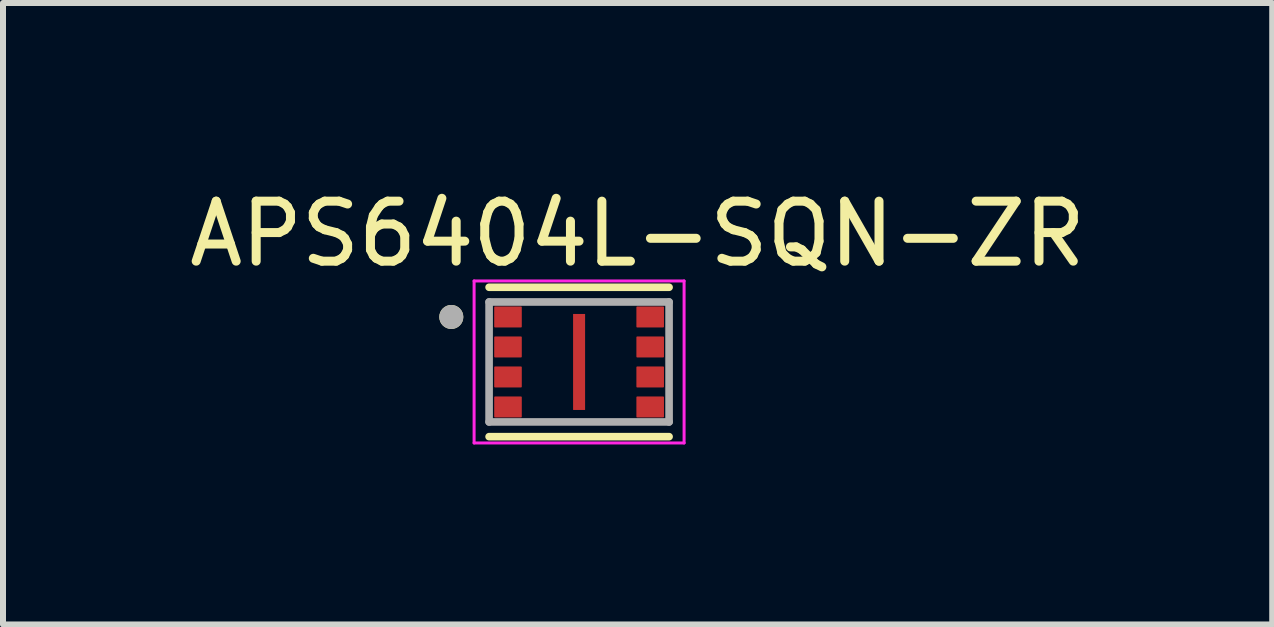
<source format=kicad_pcb>
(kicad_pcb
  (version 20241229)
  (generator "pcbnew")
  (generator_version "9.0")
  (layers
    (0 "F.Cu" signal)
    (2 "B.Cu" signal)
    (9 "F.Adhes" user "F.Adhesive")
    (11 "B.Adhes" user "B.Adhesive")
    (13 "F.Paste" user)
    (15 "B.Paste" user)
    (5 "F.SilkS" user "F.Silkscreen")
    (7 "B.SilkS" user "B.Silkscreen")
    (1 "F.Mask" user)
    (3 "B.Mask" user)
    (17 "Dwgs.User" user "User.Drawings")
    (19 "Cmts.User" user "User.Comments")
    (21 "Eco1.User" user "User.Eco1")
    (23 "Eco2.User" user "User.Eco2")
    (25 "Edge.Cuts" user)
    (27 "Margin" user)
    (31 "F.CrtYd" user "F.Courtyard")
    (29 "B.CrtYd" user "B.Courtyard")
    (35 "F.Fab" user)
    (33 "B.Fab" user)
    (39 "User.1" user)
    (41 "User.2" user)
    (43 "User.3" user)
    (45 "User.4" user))
  (footprint "APS6404L-SQN-ZR"
    (layer "F.Cu")
    (at 6.602 2.983)
    (property "Reference" "APS6404L-SQN-ZR" (at 0.975 -2.135 0) (layer "F.SilkS") (effects (font (size 1 1) (thickness 0.15))))
    (attr smd)
    (fp_line (start -1.5 -1.245) (end 1.5 -1.245) (stroke (width 0.127) (type solid)) (layer "F.SilkS"))
    (fp_line (start -1.5 1.245) (end 1.5 1.245) (stroke (width 0.127) (type solid)) (layer "F.SilkS"))
    (fp_circle (center -2.13 -0.75) (end -2.03 -0.75) (stroke (width 0.2) (type solid)) (fill no) (layer "F.SilkS"))
    (fp_poly (pts (xy -0.06 -0.51) (xy 0.06 -0.51) (xy 0.06 0.51) (xy -0.06 0.51)) (stroke (width 0.01) (type solid)) (fill yes) (layer "F.Paste"))
    (fp_line (start -1.75 -1.35) (end -1.75 1.35) (stroke (width 0.05) (type solid)) (layer "F.CrtYd"))
    (fp_line (start -1.75 -1.35) (end 1.75 -1.35) (stroke (width 0.05) (type solid)) (layer "F.CrtYd"))
    (fp_line (start -1.75 1.35) (end 1.75 1.35) (stroke (width 0.05) (type solid)) (layer "F.CrtYd"))
    (fp_line (start 1.75 -1.35) (end 1.75 1.35) (stroke (width 0.05) (type solid)) (layer "F.CrtYd"))
    (fp_line (start -1.5 -1) (end -1.5 1) (stroke (width 0.127) (type solid)) (layer "F.Fab"))
    (fp_line (start -1.5 -1) (end 1.5 -1) (stroke (width 0.127) (type solid)) (layer "F.Fab"))
    (fp_line (start -1.5 1) (end 1.5 1) (stroke (width 0.127) (type solid)) (layer "F.Fab"))
    (fp_line (start 1.5 -1) (end 1.5 1) (stroke (width 0.127) (type solid)) (layer "F.Fab"))
    (fp_circle (center -2.13 -0.75) (end -2.03 -0.75) (stroke (width 0.2) (type solid)) (fill no) (layer "F.Fab"))
    (pad "1" smd roundrect (at -1.185 -0.75) (size 0.46 0.35) (layers "F.Cu" "F.Mask" "F.Paste") (roundrect_rratio 0.04))
    (pad "2" smd roundrect (at -1.185 -0.25) (size 0.46 0.35) (layers "F.Cu" "F.Mask" "F.Paste") (roundrect_rratio 0.04))
    (pad "3" smd roundrect (at -1.185 0.25) (size 0.46 0.35) (layers "F.Cu" "F.Mask" "F.Paste") (roundrect_rratio 0.04))
    (pad "4" smd roundrect (at -1.185 0.75) (size 0.46 0.35) (layers "F.Cu" "F.Mask" "F.Paste") (roundrect_rratio 0.04))
    (pad "5" smd roundrect (at 1.185 0.75) (size 0.46 0.35) (layers "F.Cu" "F.Mask" "F.Paste") (roundrect_rratio 0.04))
    (pad "6" smd roundrect (at 1.185 0.25) (size 0.46 0.35) (layers "F.Cu" "F.Mask" "F.Paste") (roundrect_rratio 0.04))
    (pad "7" smd roundrect (at 1.185 -0.25) (size 0.46 0.35) (layers "F.Cu" "F.Mask" "F.Paste") (roundrect_rratio 0.04))
    (pad "8" smd roundrect (at 1.185 -0.75) (size 0.46 0.35) (layers "F.Cu" "F.Mask" "F.Paste") (roundrect_rratio 0.04))
    (pad "9" smd rect (at 0 0) (size 0.2 1.6) (layers "F.Cu" "F.Mask")))
  (gr_rect
    (start -3 -3)
    (end 18.155 7.358)
    (stroke (width 0.1) (type default))
    (fill no)
    (layer "Edge.Cuts")))
</source>
